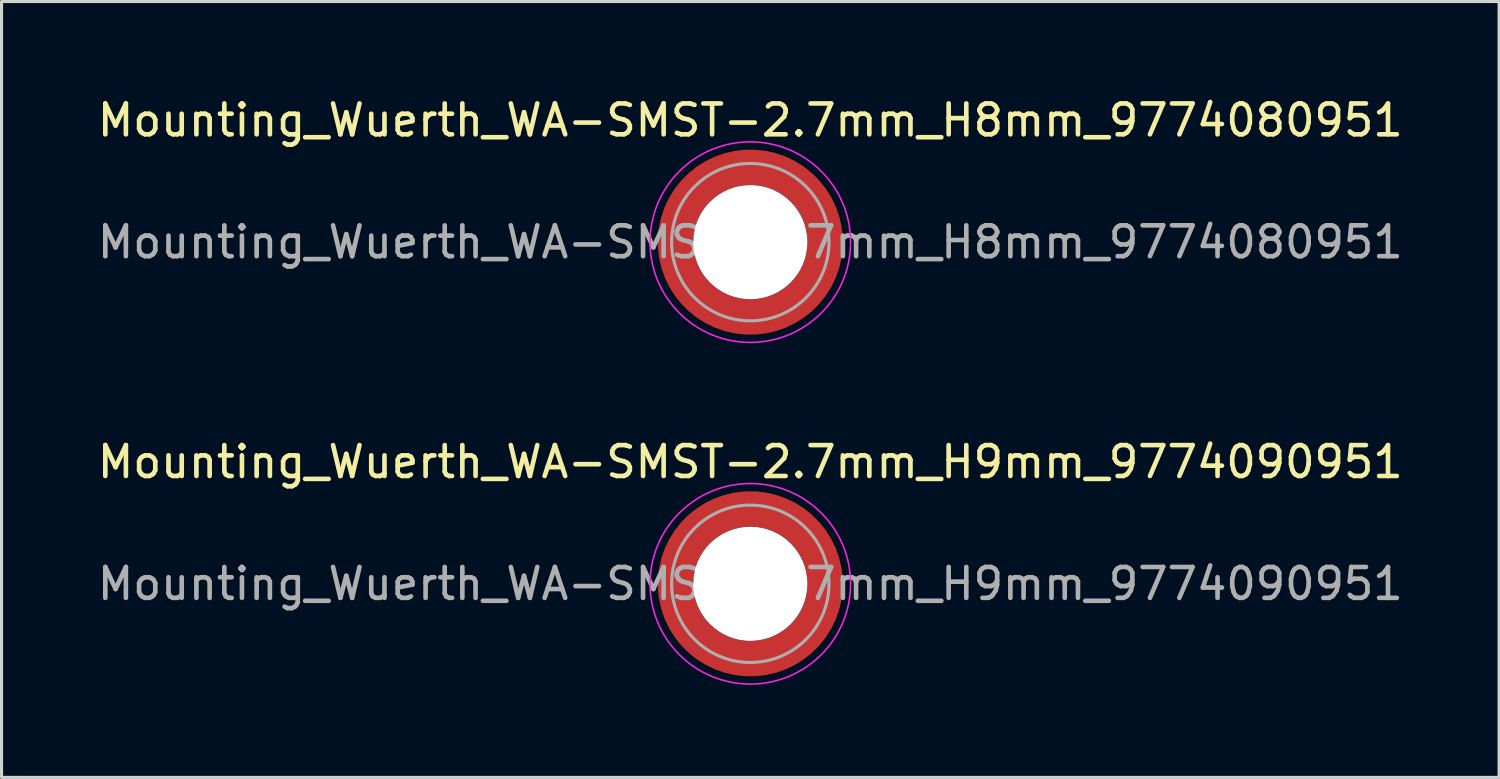
<source format=kicad_pcb>
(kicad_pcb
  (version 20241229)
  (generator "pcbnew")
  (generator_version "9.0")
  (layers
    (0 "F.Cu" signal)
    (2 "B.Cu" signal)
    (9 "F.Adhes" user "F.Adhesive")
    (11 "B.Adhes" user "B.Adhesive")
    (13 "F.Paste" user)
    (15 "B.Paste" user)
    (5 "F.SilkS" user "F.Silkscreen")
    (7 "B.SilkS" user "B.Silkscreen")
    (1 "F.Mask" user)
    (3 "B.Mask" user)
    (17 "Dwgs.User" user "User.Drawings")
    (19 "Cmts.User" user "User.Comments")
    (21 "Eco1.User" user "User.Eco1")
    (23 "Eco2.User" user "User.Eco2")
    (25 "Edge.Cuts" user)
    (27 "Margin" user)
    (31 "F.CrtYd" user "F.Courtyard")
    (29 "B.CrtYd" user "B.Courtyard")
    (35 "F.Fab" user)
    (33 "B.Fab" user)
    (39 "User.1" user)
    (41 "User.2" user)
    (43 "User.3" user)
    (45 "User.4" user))
  (footprint "Mounting_Wuerth_WA-SMST-2.7mm_H8mm_9774080951"
    (layer "F.Cu")
    (at 21.268 4.798)
    (property "Reference" "Mounting_Wuerth_WA-SMST-2.7mm_H8mm_9774080951" (at 0 -3.95 0) (layer "F.SilkS") (effects (font (size 1 1) (thickness 0.15))))
    (property "Mouser Part no." "" (at 0 0 0) (layer "F.Fab") (effects (font (size 1.27 1.27) (thickness 0.15))))
    (property "Mouser link" "" (at 0 0 0) (layer "F.Fab") (effects (font (size 1.27 1.27) (thickness 0.15))))
    (attr smd)
    (fp_circle (center 0 0) (end 3.25 0) (stroke (width 0.05) (type solid)) (fill no) (layer "F.CrtYd"))
    (fp_circle (center 0 0) (end 2.55 0) (stroke (width 0.1) (type solid)) (fill no) (layer "F.Fab"))
    (fp_text user "${REFERENCE}" (at 0 0 0) (layer "F.Fab") (effects (font (size 1 1) (thickness 0.15))))
    (pad "" smd custom (at -1.704 -1.704) (size 0.62 0.62) (layers "F.Paste") (options (anchor circle)) (primitives (gr_arc (start -0.250195 1.279127) (mid 0.289146 0.290681) (end 1.277006 -0.249732) (width 0.2)) (gr_arc (start -0.34334 1.279127) (mid 0.224883 0.226093) (end 1.277452 -0.342992) (width 0.2)) (gr_arc (start -0.436309 1.279127) (mid 0.160537 0.16159) (end 1.277666 -0.436018) (width 0.2)) (gr_arc (start -0.529126 1.279127) (mid 0.095932 0.097343) (end 1.277167 -0.528752) (width 0.2)) (gr_arc (start -0.621807 1.279127) (mid 0.0309 0.033527) (end 1.275473 -0.621136) (width 0.2)) (gr_arc (start -0.71437 1.279127) (mid -0.03322 -0.031206) (end 1.276322 -0.713875) (width 0.2)) (gr_arc (start -0.806826 1.279127) (mid -0.097997 -0.095278) (end 1.275336 -0.806181) (width 0.2)) (gr_arc (start -0.899187 1.279127) (mid -0.161977 -0.160149) (end 1.276577 -0.898769) (width 0.2)) (gr_arc (start -0.991463 1.279127) (mid -0.226842 -0.224133) (end 1.275343 -0.990864) (width 0.2)) (gr_arc (start -1.083663 1.279127) (mid -0.291026 -0.288801) (end 1.276016 -1.083187) (width 0.2)) (gr_line (start 1.279 -0.25) (end 1.279 -1.084) (width 0.2)) (gr_line (start -0.25 1.279) (end -1.084 1.279) (width 0.2))))
    (pad "" smd custom (at -1.704 1.704) (size 0.62 0.62) (layers "F.Paste") (options (anchor circle)) (primitives (gr_arc (start 1.279127 0.250195) (mid 0.290681 -0.289146) (end -0.249732 -1.277006) (width 0.2)) (gr_arc (start 1.279127 0.34334) (mid 0.226093 -0.224883) (end -0.342992 -1.277452) (width 0.2)) (gr_arc (start 1.279127 0.436309) (mid 0.16159 -0.160537) (end -0.436018 -1.277666) (width 0.2)) (gr_arc (start 1.279127 0.529126) (mid 0.097343 -0.095932) (end -0.528752 -1.277167) (width 0.2)) (gr_arc (start 1.279127 0.621807) (mid 0.033527 -0.0309) (end -0.621136 -1.275473) (width 0.2)) (gr_arc (start 1.279127 0.71437) (mid -0.031206 0.03322) (end -0.713875 -1.276322) (width 0.2)) (gr_arc (start 1.279127 0.806826) (mid -0.095278 0.097997) (end -0.806181 -1.275336) (width 0.2)) (gr_arc (start 1.279127 0.899187) (mid -0.160149 0.161977) (end -0.898769 -1.276577) (width 0.2)) (gr_arc (start 1.279127 0.991463) (mid -0.224133 0.226842) (end -0.990864 -1.275343) (width 0.2)) (gr_arc (start 1.279127 1.083663) (mid -0.288801 0.291026) (end -1.083187 -1.276016) (width 0.2)) (gr_line (start -0.25 -1.279) (end -1.084 -1.279) (width 0.2)) (gr_line (start 1.279 0.25) (end 1.279 1.084) (width 0.2))))
    (pad "" np_thru_hole circle (at 0 0) (size 3.7 3.7) (drill 3.7) (layers "*.Cu" "*.Mask"))
    (pad "" smd custom (at 1.704 -1.704) (size 0.62 0.62) (layers "F.Paste") (options (anchor circle)) (primitives (gr_arc (start -1.279127 -0.250195) (mid -0.290681 0.289146) (end 0.249732 1.277006) (width 0.2)) (gr_arc (start -1.279127 -0.34334) (mid -0.226093 0.224883) (end 0.342992 1.277452) (width 0.2)) (gr_arc (start -1.279127 -0.436309) (mid -0.16159 0.160537) (end 0.436018 1.277666) (width 0.2)) (gr_arc (start -1.279127 -0.529126) (mid -0.097343 0.095932) (end 0.528752 1.277167) (width 0.2)) (gr_arc (start -1.279127 -0.621807) (mid -0.033527 0.0309) (end 0.621136 1.275473) (width 0.2)) (gr_arc (start -1.279127 -0.71437) (mid 0.031206 -0.03322) (end 0.713875 1.276322) (width 0.2)) (gr_arc (start -1.279127 -0.806826) (mid 0.095278 -0.097997) (end 0.806181 1.275336) (width 0.2)) (gr_arc (start -1.279127 -0.899187) (mid 0.160149 -0.161977) (end 0.898769 1.276577) (width 0.2)) (gr_arc (start -1.279127 -0.991463) (mid 0.224133 -0.226842) (end 0.990864 1.275343) (width 0.2)) (gr_arc (start -1.279127 -1.083663) (mid 0.288801 -0.291026) (end 1.083187 1.276016) (width 0.2)) (gr_line (start 0.25 1.279) (end 1.084 1.279) (width 0.2)) (gr_line (start -1.279 -0.25) (end -1.279 -1.084) (width 0.2))))
    (pad "" smd custom (at 1.704 1.704) (size 0.62 0.62) (layers "F.Paste") (options (anchor circle)) (primitives (gr_arc (start 0.250195 -1.279127) (mid -0.289146 -0.290681) (end -1.277006 0.249732) (width 0.2)) (gr_arc (start 0.34334 -1.279127) (mid -0.224883 -0.226093) (end -1.277452 0.342992) (width 0.2)) (gr_arc (start 0.436309 -1.279127) (mid -0.160537 -0.16159) (end -1.277666 0.436018) (width 0.2)) (gr_arc (start 0.529126 -1.279127) (mid -0.095932 -0.097343) (end -1.277167 0.528752) (width 0.2)) (gr_arc (start 0.621807 -1.279127) (mid -0.0309 -0.033527) (end -1.275473 0.621136) (width 0.2)) (gr_arc (start 0.71437 -1.279127) (mid 0.03322 0.031206) (end -1.276322 0.713875) (width 0.2)) (gr_arc (start 0.806826 -1.279127) (mid 0.097997 0.095278) (end -1.275336 0.806181) (width 0.2)) (gr_arc (start 0.899187 -1.279127) (mid 0.161977 0.160149) (end -1.276577 0.898769) (width 0.2)) (gr_arc (start 0.991463 -1.279127) (mid 0.226842 0.224133) (end -1.275343 0.990864) (width 0.2)) (gr_arc (start 1.083663 -1.279127) (mid 0.291026 0.288801) (end -1.276016 1.083187) (width 0.2)) (gr_line (start -1.279 0.25) (end -1.279 1.084) (width 0.2)) (gr_line (start 0.25 -1.279) (end 1.084 -1.279) (width 0.2))))
    (pad "1" smd circle (at -2.425 0) (size 0.75 0.75) (layers "F.Cu"))
    (pad "1" smd circle (at 0 -2.425) (size 0.75 0.75) (layers "F.Cu"))
    (pad "1" smd circle (at 0 2.425) (size 0.75 0.75) (layers "F.Cu"))
    (pad "1" smd custom (at 2.425 0) (size 0.75 0.75) (layers "F.Cu" "F.Mask") (options (anchor circle)) (primitives (gr_circle (center -2.425 0) (end 0 0) (width 1.15) (fill no)))))
  (footprint "Mounting_Wuerth_WA-SMST-2.7mm_H9mm_9774090951"
    (layer "F.Cu")
    (at 21.268 15.871)
    (property "Reference" "Mounting_Wuerth_WA-SMST-2.7mm_H9mm_9774090951" (at 0 -3.95 0) (layer "F.SilkS") (effects (font (size 1 1) (thickness 0.15))))
    (property "Mouser Part no." "" (at 0 0 0) (layer "F.Fab") (effects (font (size 1.27 1.27) (thickness 0.15))))
    (property "Mouser link" "" (at 0 0 0) (layer "F.Fab") (effects (font (size 1.27 1.27) (thickness 0.15))))
    (attr smd)
    (fp_circle (center 0 0) (end 3.25 0) (stroke (width 0.05) (type solid)) (fill no) (layer "F.CrtYd"))
    (fp_circle (center 0 0) (end 2.55 0) (stroke (width 0.1) (type solid)) (fill no) (layer "F.Fab"))
    (fp_text user "${REFERENCE}" (at 0 0 0) (layer "F.Fab") (effects (font (size 1 1) (thickness 0.15))))
    (pad "" smd custom (at -1.704 -1.704) (size 0.62 0.62) (layers "F.Paste") (options (anchor circle)) (primitives (gr_arc (start -0.250195 1.279127) (mid 0.289146 0.290681) (end 1.277006 -0.249732) (width 0.2)) (gr_arc (start -0.34334 1.279127) (mid 0.224883 0.226093) (end 1.277452 -0.342992) (width 0.2)) (gr_arc (start -0.436309 1.279127) (mid 0.160537 0.16159) (end 1.277666 -0.436018) (width 0.2)) (gr_arc (start -0.529126 1.279127) (mid 0.095932 0.097343) (end 1.277167 -0.528752) (width 0.2)) (gr_arc (start -0.621807 1.279127) (mid 0.0309 0.033527) (end 1.275473 -0.621136) (width 0.2)) (gr_arc (start -0.71437 1.279127) (mid -0.03322 -0.031206) (end 1.276322 -0.713875) (width 0.2)) (gr_arc (start -0.806826 1.279127) (mid -0.097997 -0.095278) (end 1.275336 -0.806181) (width 0.2)) (gr_arc (start -0.899187 1.279127) (mid -0.161977 -0.160149) (end 1.276577 -0.898769) (width 0.2)) (gr_arc (start -0.991463 1.279127) (mid -0.226842 -0.224133) (end 1.275343 -0.990864) (width 0.2)) (gr_arc (start -1.083663 1.279127) (mid -0.291026 -0.288801) (end 1.276016 -1.083187) (width 0.2)) (gr_line (start 1.279 -0.25) (end 1.279 -1.084) (width 0.2)) (gr_line (start -0.25 1.279) (end -1.084 1.279) (width 0.2))))
    (pad "" smd custom (at -1.704 1.704) (size 0.62 0.62) (layers "F.Paste") (options (anchor circle)) (primitives (gr_arc (start 1.279127 0.250195) (mid 0.290681 -0.289146) (end -0.249732 -1.277006) (width 0.2)) (gr_arc (start 1.279127 0.34334) (mid 0.226093 -0.224883) (end -0.342992 -1.277452) (width 0.2)) (gr_arc (start 1.279127 0.436309) (mid 0.16159 -0.160537) (end -0.436018 -1.277666) (width 0.2)) (gr_arc (start 1.279127 0.529126) (mid 0.097343 -0.095932) (end -0.528752 -1.277167) (width 0.2)) (gr_arc (start 1.279127 0.621807) (mid 0.033527 -0.0309) (end -0.621136 -1.275473) (width 0.2)) (gr_arc (start 1.279127 0.71437) (mid -0.031206 0.03322) (end -0.713875 -1.276322) (width 0.2)) (gr_arc (start 1.279127 0.806826) (mid -0.095278 0.097997) (end -0.806181 -1.275336) (width 0.2)) (gr_arc (start 1.279127 0.899187) (mid -0.160149 0.161977) (end -0.898769 -1.276577) (width 0.2)) (gr_arc (start 1.279127 0.991463) (mid -0.224133 0.226842) (end -0.990864 -1.275343) (width 0.2)) (gr_arc (start 1.279127 1.083663) (mid -0.288801 0.291026) (end -1.083187 -1.276016) (width 0.2)) (gr_line (start -0.25 -1.279) (end -1.084 -1.279) (width 0.2)) (gr_line (start 1.279 0.25) (end 1.279 1.084) (width 0.2))))
    (pad "" np_thru_hole circle (at 0 0) (size 3.7 3.7) (drill 3.7) (layers "*.Cu" "*.Mask"))
    (pad "" smd custom (at 1.704 -1.704) (size 0.62 0.62) (layers "F.Paste") (options (anchor circle)) (primitives (gr_arc (start -1.279127 -0.250195) (mid -0.290681 0.289146) (end 0.249732 1.277006) (width 0.2)) (gr_arc (start -1.279127 -0.34334) (mid -0.226093 0.224883) (end 0.342992 1.277452) (width 0.2)) (gr_arc (start -1.279127 -0.436309) (mid -0.16159 0.160537) (end 0.436018 1.277666) (width 0.2)) (gr_arc (start -1.279127 -0.529126) (mid -0.097343 0.095932) (end 0.528752 1.277167) (width 0.2)) (gr_arc (start -1.279127 -0.621807) (mid -0.033527 0.0309) (end 0.621136 1.275473) (width 0.2)) (gr_arc (start -1.279127 -0.71437) (mid 0.031206 -0.03322) (end 0.713875 1.276322) (width 0.2)) (gr_arc (start -1.279127 -0.806826) (mid 0.095278 -0.097997) (end 0.806181 1.275336) (width 0.2)) (gr_arc (start -1.279127 -0.899187) (mid 0.160149 -0.161977) (end 0.898769 1.276577) (width 0.2)) (gr_arc (start -1.279127 -0.991463) (mid 0.224133 -0.226842) (end 0.990864 1.275343) (width 0.2)) (gr_arc (start -1.279127 -1.083663) (mid 0.288801 -0.291026) (end 1.083187 1.276016) (width 0.2)) (gr_line (start 0.25 1.279) (end 1.084 1.279) (width 0.2)) (gr_line (start -1.279 -0.25) (end -1.279 -1.084) (width 0.2))))
    (pad "" smd custom (at 1.704 1.704) (size 0.62 0.62) (layers "F.Paste") (options (anchor circle)) (primitives (gr_arc (start 0.250195 -1.279127) (mid -0.289146 -0.290681) (end -1.277006 0.249732) (width 0.2)) (gr_arc (start 0.34334 -1.279127) (mid -0.224883 -0.226093) (end -1.277452 0.342992) (width 0.2)) (gr_arc (start 0.436309 -1.279127) (mid -0.160537 -0.16159) (end -1.277666 0.436018) (width 0.2)) (gr_arc (start 0.529126 -1.279127) (mid -0.095932 -0.097343) (end -1.277167 0.528752) (width 0.2)) (gr_arc (start 0.621807 -1.279127) (mid -0.0309 -0.033527) (end -1.275473 0.621136) (width 0.2)) (gr_arc (start 0.71437 -1.279127) (mid 0.03322 0.031206) (end -1.276322 0.713875) (width 0.2)) (gr_arc (start 0.806826 -1.279127) (mid 0.097997 0.095278) (end -1.275336 0.806181) (width 0.2)) (gr_arc (start 0.899187 -1.279127) (mid 0.161977 0.160149) (end -1.276577 0.898769) (width 0.2)) (gr_arc (start 0.991463 -1.279127) (mid 0.226842 0.224133) (end -1.275343 0.990864) (width 0.2)) (gr_arc (start 1.083663 -1.279127) (mid 0.291026 0.288801) (end -1.276016 1.083187) (width 0.2)) (gr_line (start -1.279 0.25) (end -1.279 1.084) (width 0.2)) (gr_line (start 0.25 -1.279) (end 1.084 -1.279) (width 0.2))))
    (pad "1" smd circle (at -2.425 0) (size 0.75 0.75) (layers "F.Cu"))
    (pad "1" smd circle (at 0 -2.425) (size 0.75 0.75) (layers "F.Cu"))
    (pad "1" smd circle (at 0 2.425) (size 0.75 0.75) (layers "F.Cu"))
    (pad "1" smd custom (at 2.425 0) (size 0.75 0.75) (layers "F.Cu" "F.Mask") (options (anchor circle)) (primitives (gr_circle (center -2.425 0) (end 0 0) (width 1.15) (fill no)))))
  (gr_rect
    (start -3 -3)
    (end 45.536 22.146)
    (stroke (width 0.1) (type default))
    (fill no)
    (layer "Edge.Cuts")))
</source>
